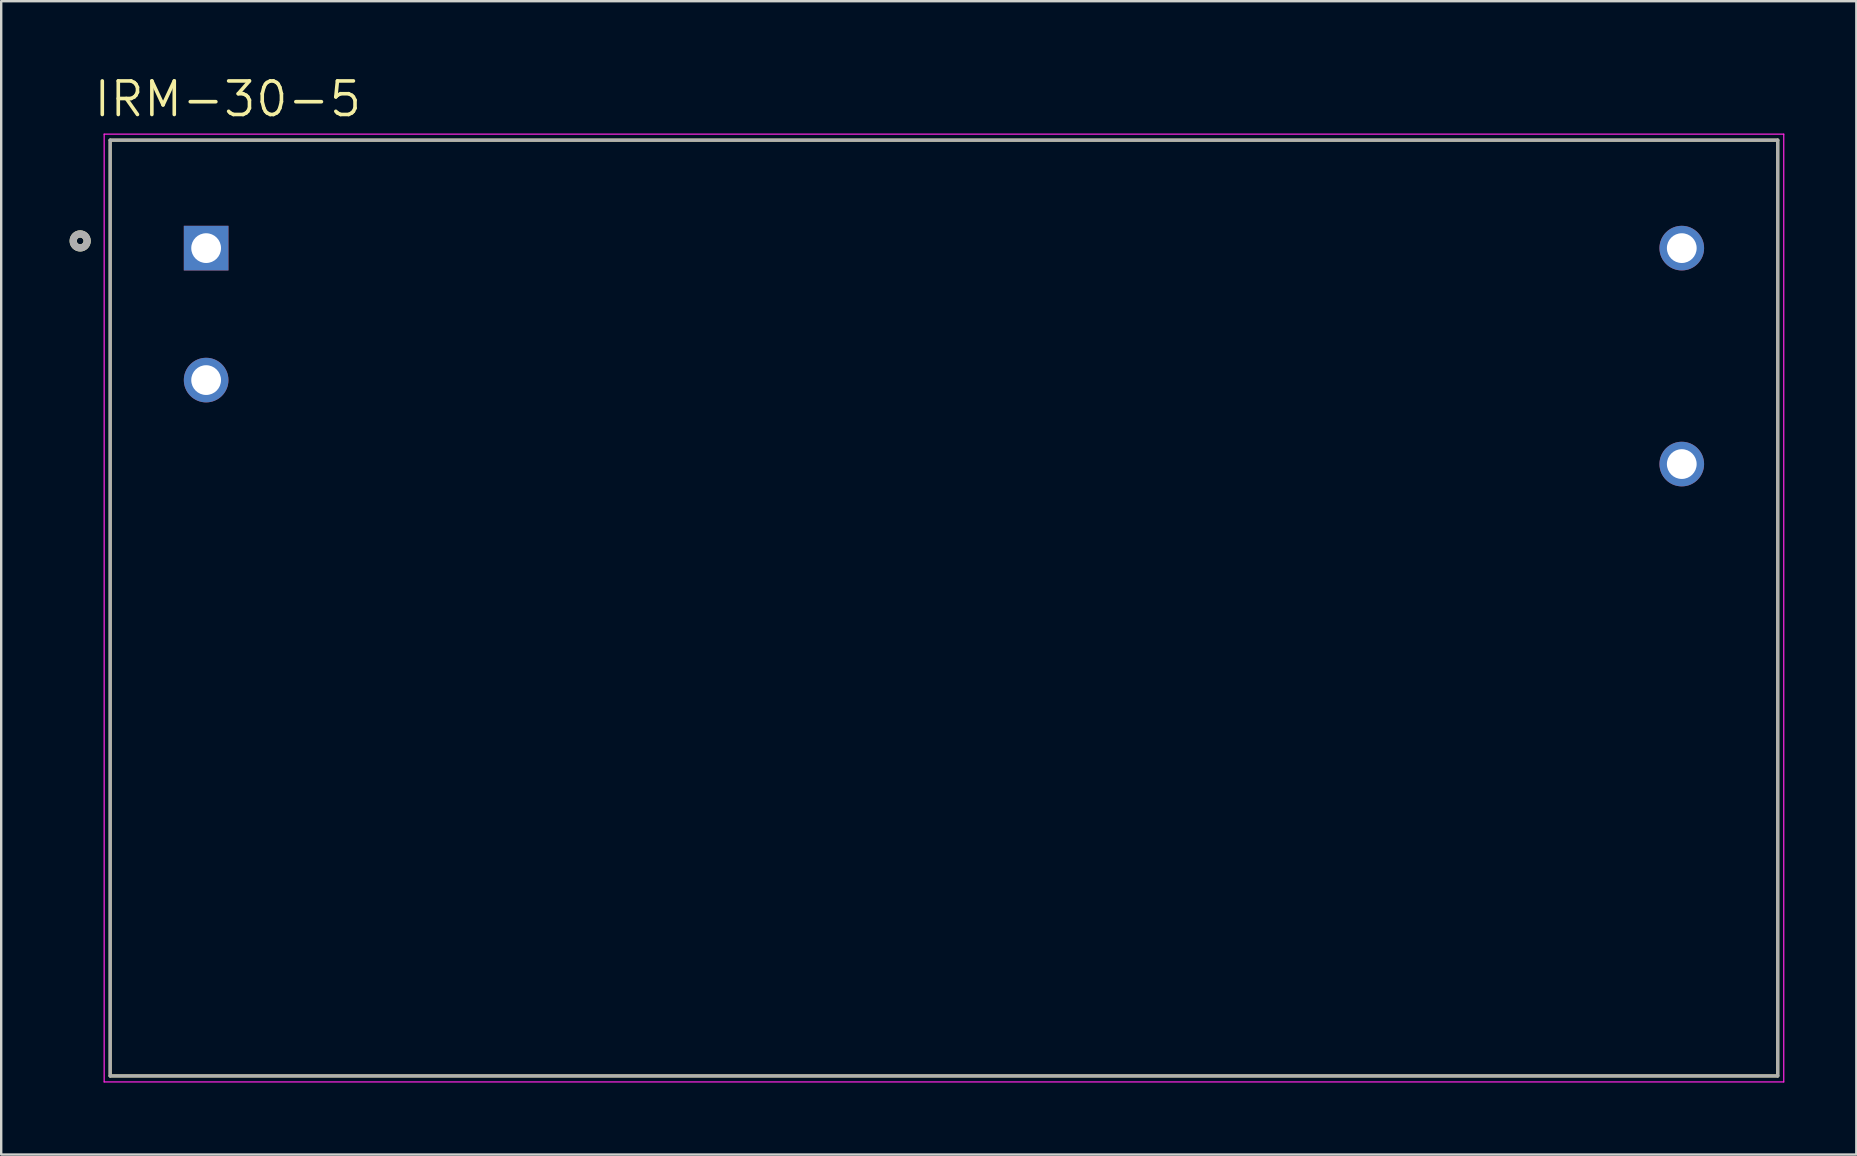
<source format=kicad_pcb>
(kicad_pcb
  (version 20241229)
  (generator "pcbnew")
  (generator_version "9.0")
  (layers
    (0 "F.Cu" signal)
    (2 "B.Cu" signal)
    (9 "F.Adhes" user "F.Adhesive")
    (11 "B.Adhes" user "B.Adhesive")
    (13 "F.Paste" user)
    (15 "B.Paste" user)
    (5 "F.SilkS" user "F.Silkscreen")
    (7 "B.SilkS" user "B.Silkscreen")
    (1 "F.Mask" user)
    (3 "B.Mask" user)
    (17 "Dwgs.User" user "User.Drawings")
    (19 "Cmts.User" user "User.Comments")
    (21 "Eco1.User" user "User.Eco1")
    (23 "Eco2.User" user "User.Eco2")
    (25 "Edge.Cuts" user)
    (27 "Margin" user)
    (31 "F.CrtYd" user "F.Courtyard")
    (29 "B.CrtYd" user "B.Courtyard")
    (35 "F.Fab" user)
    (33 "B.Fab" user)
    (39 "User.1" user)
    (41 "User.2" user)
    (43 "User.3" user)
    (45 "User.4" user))
  (footprint "IRM-30-5"
    (layer "F.Cu")
    (at 36.291 22.291)
    (property "Reference" "IRM-30-5" (at -29.845 -21.209 0) (layer "F.SilkS") (effects (font (size 1.4 1.4) (thickness 0.15))))
    (attr through_hole)
    (fp_line (start -34.75 -19.5) (end 34.75 -19.5) (stroke (width 0.127) (type solid)) (layer "F.SilkS"))
    (fp_line (start -34.75 19.5) (end -34.75 -19.5) (stroke (width 0.127) (type solid)) (layer "F.SilkS"))
    (fp_line (start 34.75 -19.5) (end 34.75 19.5) (stroke (width 0.127) (type solid)) (layer "F.SilkS"))
    (fp_line (start 34.75 19.5) (end -34.75 19.5) (stroke (width 0.127) (type solid)) (layer "F.SilkS"))
    (fp_circle (center -36 -15.3) (end -35.859 -15.3) (stroke (width 0.3) (type solid)) (fill no) (layer "F.SilkS"))
    (fp_line (start -35 -19.75) (end 35 -19.75) (stroke (width 0.05) (type solid)) (layer "F.CrtYd"))
    (fp_line (start -35 19.75) (end -35 -19.75) (stroke (width 0.05) (type solid)) (layer "F.CrtYd"))
    (fp_line (start 35 -19.75) (end 35 19.75) (stroke (width 0.05) (type solid)) (layer "F.CrtYd"))
    (fp_line (start 35 19.75) (end -35 19.75) (stroke (width 0.05) (type solid)) (layer "F.CrtYd"))
    (fp_line (start -34.75 -19.5) (end 34.75 -19.5) (stroke (width 0.127) (type solid)) (layer "F.Fab"))
    (fp_line (start -34.75 19.5) (end -34.75 -19.5) (stroke (width 0.127) (type solid)) (layer "F.Fab"))
    (fp_line (start 34.75 -19.5) (end 34.75 19.5) (stroke (width 0.127) (type solid)) (layer "F.Fab"))
    (fp_line (start 34.75 19.5) (end -34.75 19.5) (stroke (width 0.127) (type solid)) (layer "F.Fab"))
    (fp_circle (center -36 -15.3) (end -35.859 -15.3) (stroke (width 0.3) (type solid)) (fill no) (layer "F.Fab"))
    (pad "1" thru_hole rect (at -30.75 -15) (size 1.86 1.86) (drill 1.24) (layers "*.Cu" "*.Mask"))
    (pad "2" thru_hole circle (at -30.75 -9.5) (size 1.86 1.86) (drill 1.24) (layers "*.Cu" "*.Mask"))
    (pad "3" thru_hole circle (at 30.75 -6) (size 1.86 1.86) (drill 1.24) (layers "*.Cu" "*.Mask"))
    (pad "4" thru_hole circle (at 30.75 -15) (size 1.86 1.86) (drill 1.24) (layers "*.Cu" "*.Mask")))
  (gr_rect
    (start -3 -3)
    (end 74.316 45.066)
    (stroke (width 0.1) (type default))
    (fill no)
    (layer "Edge.Cuts")))
</source>
